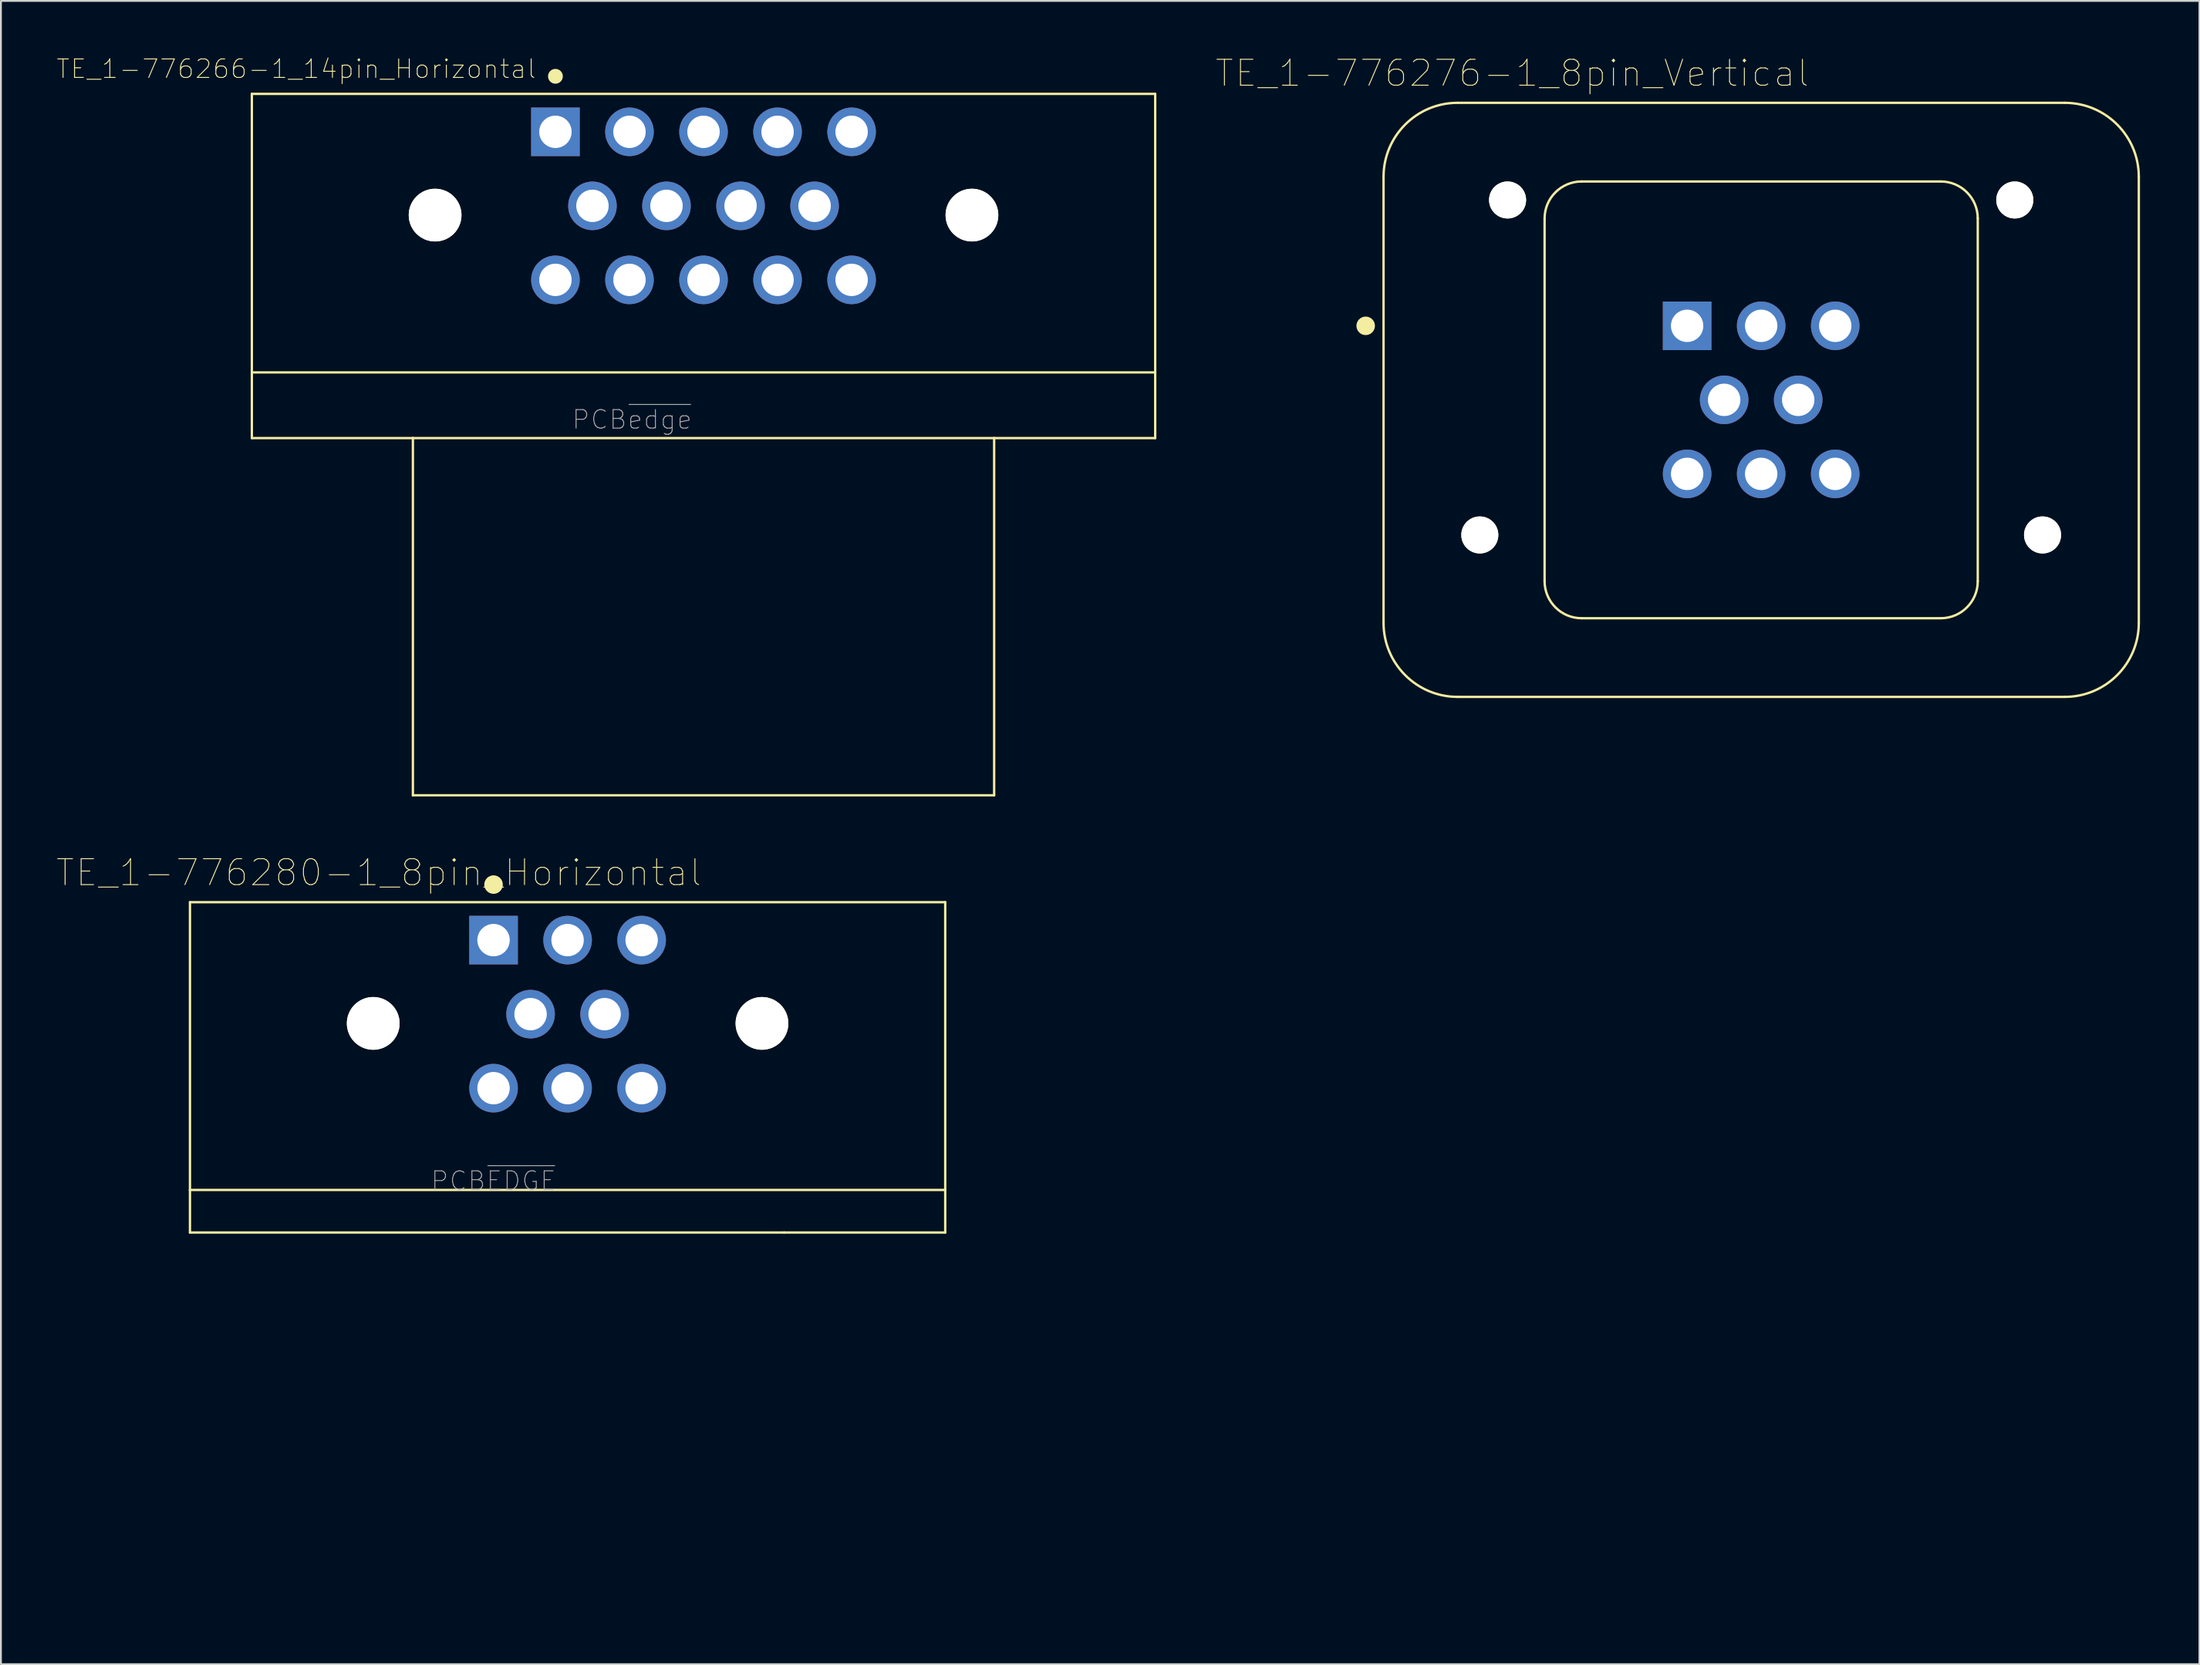
<source format=kicad_pcb>
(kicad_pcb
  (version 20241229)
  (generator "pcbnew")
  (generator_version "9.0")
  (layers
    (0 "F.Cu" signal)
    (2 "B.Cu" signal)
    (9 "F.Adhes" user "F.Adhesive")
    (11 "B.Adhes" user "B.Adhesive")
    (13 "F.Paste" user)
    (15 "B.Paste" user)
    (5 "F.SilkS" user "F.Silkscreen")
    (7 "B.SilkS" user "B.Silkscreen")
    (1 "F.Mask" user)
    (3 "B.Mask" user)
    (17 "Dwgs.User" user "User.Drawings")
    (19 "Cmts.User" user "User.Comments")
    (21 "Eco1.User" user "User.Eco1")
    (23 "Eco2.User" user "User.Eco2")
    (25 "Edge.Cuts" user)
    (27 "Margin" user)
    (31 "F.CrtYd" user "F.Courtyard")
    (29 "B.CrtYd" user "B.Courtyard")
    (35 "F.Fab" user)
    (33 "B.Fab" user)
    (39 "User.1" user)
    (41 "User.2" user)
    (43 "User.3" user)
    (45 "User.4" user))
  (footprint "TE_1-776276-1_8pin_Vertical"
    (layer "F.Cu")
    (at 92.091 18.556)
    (property "Reference" "TE_1-776276-1_8pin_Vertical" (at -13.451 -17.648 0) (layer "F.SilkS") (effects (font (size 1.401 1.401) (thickness 0.05))))
    (attr through_hole)
    (fp_line (start -20.4 -12.05) (end -20.4 12.05) (stroke (width 0.127) (type solid)) (layer "F.SilkS"))
    (fp_line (start -16.4 16.05) (end 16.4 16.05) (stroke (width 0.127) (type solid)) (layer "F.SilkS"))
    (fp_line (start -11.7 9.8) (end -11.7 -9.8) (stroke (width 0.127) (type solid)) (layer "F.SilkS"))
    (fp_line (start -9.7 -11.8) (end 9.7 -11.8) (stroke (width 0.127) (type solid)) (layer "F.SilkS"))
    (fp_line (start 9.7 11.8) (end -9.7 11.8) (stroke (width 0.127) (type solid)) (layer "F.SilkS"))
    (fp_line (start 11.7 -9.8) (end 11.7 9.8) (stroke (width 0.127) (type solid)) (layer "F.SilkS"))
    (fp_line (start 16.4 -16.05) (end -16.4 -16.05) (stroke (width 0.127) (type solid)) (layer "F.SilkS"))
    (fp_line (start 20.4 12.05) (end 20.4 -12.05) (stroke (width 0.127) (type solid)) (layer "F.SilkS"))
    (fp_arc (start -20.4 -12.05) (mid -19.228427 -14.878427) (end -16.4 -16.05) (stroke (width 0.127) (type solid)) (layer "F.SilkS"))
    (fp_arc (start -16.4 16.05) (mid -19.228427 14.878427) (end -20.4 12.05) (stroke (width 0.127) (type solid)) (layer "F.SilkS"))
    (fp_arc (start -11.7 -9.8) (mid -11.114214 -11.214214) (end -9.7 -11.8) (stroke (width 0.127) (type solid)) (layer "F.SilkS"))
    (fp_arc (start -9.7 11.8) (mid -11.114214 11.214214) (end -11.7 9.8) (stroke (width 0.127) (type solid)) (layer "F.SilkS"))
    (fp_arc (start 9.7 -11.8) (mid 11.114214 -11.214214) (end 11.7 -9.8) (stroke (width 0.127) (type solid)) (layer "F.SilkS"))
    (fp_arc (start 11.7 9.8) (mid 11.114214 11.214214) (end 9.7 11.8) (stroke (width 0.127) (type solid)) (layer "F.SilkS"))
    (fp_arc (start 16.4 -16.05) (mid 19.228427 -14.878427) (end 20.4 -12.05) (stroke (width 0.127) (type solid)) (layer "F.SilkS"))
    (fp_arc (start 20.4 12.05) (mid 19.228427 14.878427) (end 16.4 16.05) (stroke (width 0.127) (type solid)) (layer "F.SilkS"))
    (fp_circle (center -21.365 -4) (end -21.115 -4) (stroke (width 0.5) (type solid)) (fill no) (layer "F.SilkS"))
    (fp_line (start -20.65 -12.3) (end -20.65 12.3) (stroke (width 0.05) (type solid)) (layer "Eco1.User"))
    (fp_line (start -16.65 16.3) (end 16.65 16.3) (stroke (width 0.05) (type solid)) (layer "Eco1.User"))
    (fp_line (start 16.65 -16.3) (end -16.65 -16.3) (stroke (width 0.05) (type solid)) (layer "Eco1.User"))
    (fp_line (start 20.65 12.3) (end 20.65 -12.3) (stroke (width 0.05) (type solid)) (layer "Eco1.User"))
    (fp_arc (start -20.65 -12.3) (mid -19.478427 -15.128427) (end -16.65 -16.3) (stroke (width 0.05) (type solid)) (layer "Eco1.User"))
    (fp_arc (start -16.65 16.3) (mid -19.478427 15.128427) (end -20.65 12.3) (stroke (width 0.05) (type solid)) (layer "Eco1.User"))
    (fp_arc (start 16.65 -16.3) (mid 19.478427 -15.128427) (end 20.65 -12.3) (stroke (width 0.05) (type solid)) (layer "Eco1.User"))
    (fp_arc (start 20.65 12.3) (mid 19.478427 15.128427) (end 16.65 16.3) (stroke (width 0.05) (type solid)) (layer "Eco1.User"))
    (fp_line (start -20.4 -12.05) (end -20.4 12.05) (stroke (width 0.127) (type solid)) (layer "Eco2.User"))
    (fp_line (start -16.4 16.05) (end 16.4 16.05) (stroke (width 0.127) (type solid)) (layer "Eco2.User"))
    (fp_line (start -11.7 9.8) (end -11.7 -9.8) (stroke (width 0.127) (type solid)) (layer "Eco2.User"))
    (fp_line (start -9.7 -11.8) (end 9.7 -11.8) (stroke (width 0.127) (type solid)) (layer "Eco2.User"))
    (fp_line (start 9.7 11.8) (end -9.7 11.8) (stroke (width 0.127) (type solid)) (layer "Eco2.User"))
    (fp_line (start 11.7 -9.8) (end 11.7 9.8) (stroke (width 0.127) (type solid)) (layer "Eco2.User"))
    (fp_line (start 16.4 -16.05) (end -16.4 -16.05) (stroke (width 0.127) (type solid)) (layer "Eco2.User"))
    (fp_line (start 20.4 12.05) (end 20.4 -12.05) (stroke (width 0.127) (type solid)) (layer "Eco2.User"))
    (fp_arc (start -20.4 -12.05) (mid -19.228427 -14.878427) (end -16.4 -16.05) (stroke (width 0.127) (type solid)) (layer "Eco2.User"))
    (fp_arc (start -16.4 16.05) (mid -19.228427 14.878427) (end -20.4 12.05) (stroke (width 0.127) (type solid)) (layer "Eco2.User"))
    (fp_arc (start -11.7 -9.8) (mid -11.114214 -11.214214) (end -9.7 -11.8) (stroke (width 0.127) (type solid)) (layer "Eco2.User"))
    (fp_arc (start -9.7 11.8) (mid -11.114214 11.214214) (end -11.7 9.8) (stroke (width 0.127) (type solid)) (layer "Eco2.User"))
    (fp_arc (start 9.7 -11.8) (mid 11.114214 -11.214214) (end 11.7 -9.8) (stroke (width 0.127) (type solid)) (layer "Eco2.User"))
    (fp_arc (start 11.7 9.8) (mid 11.114214 11.214214) (end 9.7 11.8) (stroke (width 0.127) (type solid)) (layer "Eco2.User"))
    (fp_arc (start 16.4 -16.05) (mid 19.228427 -14.878427) (end 20.4 -12.05) (stroke (width 0.127) (type solid)) (layer "Eco2.User"))
    (fp_arc (start 20.4 12.05) (mid 19.228427 14.878427) (end 16.4 16.05) (stroke (width 0.127) (type solid)) (layer "Eco2.User"))
    (pad "" np_thru_hole circle (at -15.2 7.3) (size 2 2) (drill 2) (layers "*.Cu" "*.Mask" "F.SilkS"))
    (pad "" np_thru_hole circle (at -13.7 -10.8) (size 2 2) (drill 2) (layers "*.Cu" "*.Mask" "F.SilkS"))
    (pad "" np_thru_hole circle (at 13.7 -10.8) (size 2 2) (drill 2) (layers "*.Cu" "*.Mask" "F.SilkS"))
    (pad "" np_thru_hole circle (at 15.2 7.3) (size 2 2) (drill 2) (layers "*.Cu" "*.Mask" "F.SilkS"))
    (pad "1" thru_hole rect (at -4 -4) (size 2.625 2.625) (drill 1.75) (layers "*.Cu" "*.Mask"))
    (pad "2" thru_hole circle (at 0 -4) (size 2.625 2.625) (drill 1.75) (layers "*.Cu" "*.Mask"))
    (pad "3" thru_hole circle (at 4 -4) (size 2.625 2.625) (drill 1.75) (layers "*.Cu" "*.Mask"))
    (pad "4" thru_hole circle (at -2 0) (size 2.625 2.625) (drill 1.75) (layers "*.Cu" "*.Mask"))
    (pad "5" thru_hole circle (at 2 0) (size 2.625 2.625) (drill 1.75) (layers "*.Cu" "*.Mask"))
    (pad "6" thru_hole circle (at -4 4) (size 2.625 2.625) (drill 1.75) (layers "*.Cu" "*.Mask"))
    (pad "7" thru_hole circle (at 0 4) (size 2.625 2.625) (drill 1.75) (layers "*.Cu" "*.Mask"))
    (pad "8" thru_hole circle (at 4 4) (size 2.625 2.625) (drill 1.75) (layers "*.Cu" "*.Mask")))
  (footprint "TE_1-776266-1_14pin_Horizontal"
    (layer "F.Cu")
    (at 34.955 8.073)
    (property "Reference" "TE_1-776266-1_14pin_Horizontal" (at -22.003 -7.399 0) (layer "F.SilkS") (effects (font (size 1.002 1.002) (thickness 0.05))))
    (attr through_hole)
    (fp_line (start -24.4 -6.05) (end -24.4 9) (stroke (width 0.127) (type solid)) (layer "F.SilkS"))
    (fp_line (start -24.4 -6.05) (end 24.4 -6.05) (stroke (width 0.127) (type solid)) (layer "F.SilkS"))
    (fp_line (start -24.4 9) (end 24.4 9) (stroke (width 0.127) (type solid)) (layer "F.SilkS"))
    (fp_line (start -24.4 12.55) (end -24.4 9) (stroke (width 0.127) (type solid)) (layer "F.SilkS"))
    (fp_line (start -24.4 12.55) (end -15.7 12.55) (stroke (width 0.127) (type solid)) (layer "F.SilkS"))
    (fp_line (start -15.7 12.55) (end -15.7 31.85) (stroke (width 0.127) (type solid)) (layer "F.SilkS"))
    (fp_line (start -15.7 12.55) (end 15.7 12.55) (stroke (width 0.127) (type solid)) (layer "F.SilkS"))
    (fp_line (start -15.7 31.85) (end 15.7 31.85) (stroke (width 0.127) (type solid)) (layer "F.SilkS"))
    (fp_line (start 15.7 12.55) (end 24.4 12.55) (stroke (width 0.127) (type solid)) (layer "F.SilkS"))
    (fp_line (start 15.7 31.85) (end 15.7 12.55) (stroke (width 0.127) (type solid)) (layer "F.SilkS"))
    (fp_line (start 24.4 9) (end 24.4 -6.05) (stroke (width 0.127) (type solid)) (layer "F.SilkS"))
    (fp_line (start 24.4 9) (end 24.4 12.55) (stroke (width 0.127) (type solid)) (layer "F.SilkS"))
    (fp_circle (center -8 -7) (end -7.8 -7) (stroke (width 0.4) (type solid)) (fill no) (layer "F.SilkS"))
    (fp_line (start -24.65 -6.3) (end 24.65 -6.3) (stroke (width 0.05) (type solid)) (layer "Eco1.User"))
    (fp_line (start -24.65 12.8) (end -24.65 -6.3) (stroke (width 0.05) (type solid)) (layer "Eco1.User"))
    (fp_line (start -15.95 12.8) (end -24.65 12.8) (stroke (width 0.05) (type solid)) (layer "Eco1.User"))
    (fp_line (start -15.95 32.1) (end -15.95 12.8) (stroke (width 0.05) (type solid)) (layer "Eco1.User"))
    (fp_line (start 15.95 12.8) (end 15.95 32.1) (stroke (width 0.05) (type solid)) (layer "Eco1.User"))
    (fp_line (start 15.95 32.1) (end -15.95 32.1) (stroke (width 0.05) (type solid)) (layer "Eco1.User"))
    (fp_line (start 24.65 -6.3) (end 24.65 12.8) (stroke (width 0.05) (type solid)) (layer "Eco1.User"))
    (fp_line (start 24.65 12.8) (end 15.95 12.8) (stroke (width 0.05) (type solid)) (layer "Eco1.User"))
    (fp_line (start -24.4 -6.05) (end -24.4 9) (stroke (width 0.127) (type solid)) (layer "Eco2.User"))
    (fp_line (start -24.4 9) (end 24.4 9) (stroke (width 0.127) (type solid)) (layer "Eco2.User"))
    (fp_line (start -24.4 12.55) (end -24.4 9) (stroke (width 0.127) (type solid)) (layer "Eco2.User"))
    (fp_line (start -24.4 12.55) (end -15.7 12.55) (stroke (width 0.127) (type solid)) (layer "Eco2.User"))
    (fp_line (start -15.7 12.55) (end -15.7 31.85) (stroke (width 0.127) (type solid)) (layer "Eco2.User"))
    (fp_line (start -15.7 12.55) (end 15.7 12.55) (stroke (width 0.127) (type solid)) (layer "Eco2.User"))
    (fp_line (start -15.7 31.85) (end 15.7 31.85) (stroke (width 0.127) (type solid)) (layer "Eco2.User"))
    (fp_line (start 15.7 12.55) (end 24.4 12.55) (stroke (width 0.127) (type solid)) (layer "Eco2.User"))
    (fp_line (start 15.7 31.85) (end 15.7 12.55) (stroke (width 0.127) (type solid)) (layer "Eco2.User"))
    (fp_line (start 24.4 -6.05) (end -24.4 -6.05) (stroke (width 0.127) (type solid)) (layer "Eco2.User"))
    (fp_line (start 24.4 9) (end 24.4 -6.05) (stroke (width 0.127) (type solid)) (layer "Eco2.User"))
    (fp_line (start 24.4 9) (end 24.4 12.55) (stroke (width 0.127) (type solid)) (layer "Eco2.User"))
    (fp_circle (center -8 -4) (end -7.8 -4) (stroke (width 0.4) (type solid)) (fill no) (layer "Eco2.User"))
    (fp_text user "PCB~{edge}" (at -3.861 11.549 0) (layer "F.Fab") (effects (font (size 1 1) (thickness 0.05))))
    (pad "" np_thru_hole circle (at -14.5 0.5) (size 2.85 2.85) (drill 2.85) (layers "*.Cu" "*.Mask" "F.SilkS"))
    (pad "" np_thru_hole circle (at 14.5 0.5) (size 2.85 2.85) (drill 2.85) (layers "*.Cu" "*.Mask" "F.SilkS"))
    (pad "1" thru_hole rect (at -8 -4) (size 2.625 2.625) (drill 1.75) (layers "*.Cu" "*.Mask"))
    (pad "2" thru_hole circle (at -4 -4) (size 2.625 2.625) (drill 1.75) (layers "*.Cu" "*.Mask"))
    (pad "3" thru_hole circle (at 0 -4) (size 2.625 2.625) (drill 1.75) (layers "*.Cu" "*.Mask"))
    (pad "4" thru_hole circle (at 4 -4) (size 2.625 2.625) (drill 1.75) (layers "*.Cu" "*.Mask"))
    (pad "5" thru_hole circle (at 8 -4) (size 2.625 2.625) (drill 1.75) (layers "*.Cu" "*.Mask"))
    (pad "6" thru_hole circle (at -6 0) (size 2.625 2.625) (drill 1.75) (layers "*.Cu" "*.Mask"))
    (pad "7" thru_hole circle (at -2 0) (size 2.625 2.625) (drill 1.75) (layers "*.Cu" "*.Mask"))
    (pad "8" thru_hole circle (at 2 0) (size 2.625 2.625) (drill 1.75) (layers "*.Cu" "*.Mask"))
    (pad "9" thru_hole circle (at 6 0) (size 2.625 2.625) (drill 1.75) (layers "*.Cu" "*.Mask"))
    (pad "10" thru_hole circle (at -8 4) (size 2.625 2.625) (drill 1.75) (layers "*.Cu" "*.Mask"))
    (pad "11" thru_hole circle (at -4 4) (size 2.625 2.625) (drill 1.75) (layers "*.Cu" "*.Mask"))
    (pad "12" thru_hole circle (at 0 4) (size 2.625 2.625) (drill 1.75) (layers "*.Cu" "*.Mask"))
    (pad "13" thru_hole circle (at 4 4) (size 2.625 2.625) (drill 1.75) (layers "*.Cu" "*.Mask"))
    (pad "14" thru_hole circle (at 8 4) (size 2.625 2.625) (drill 1.75) (layers "*.Cu" "*.Mask")))
  (footprint "TE_1-776280-1_8pin_Horizontal"
    (layer "F.Cu")
    (at 27.612 52.249)
    (property "Reference" "TE_1-776280-1_8pin_Horizontal" (at -10.2 -8.144 0) (layer "F.SilkS") (effects (font (size 1.401 1.401) (thickness 0.05))))
    (attr through_hole)
    (fp_line (start -20.4 -6.55) (end 20.4 -6.55) (stroke (width 0.127) (type solid)) (layer "F.SilkS"))
    (fp_line (start -20.4 9) (end -20.4 -6.55) (stroke (width 0.127) (type solid)) (layer "F.SilkS"))
    (fp_line (start -20.4 11.3) (end -20.4 9) (stroke (width 0.127) (type solid)) (layer "F.SilkS"))
    (fp_line (start 11.7 11.3) (end -20.4 11.3) (stroke (width 0.127) (type solid)) (layer "F.SilkS"))
    (fp_line (start 20.4 -6.55) (end 20.4 9) (stroke (width 0.127) (type solid)) (layer "F.SilkS"))
    (fp_line (start 20.4 9) (end -20.4 9) (stroke (width 0.127) (type solid)) (layer "F.SilkS"))
    (fp_line (start 20.4 9) (end 20.4 11.3) (stroke (width 0.127) (type solid)) (layer "F.SilkS"))
    (fp_line (start 20.4 11.3) (end 11.7 11.3) (stroke (width 0.127) (type solid)) (layer "F.SilkS"))
    (fp_circle (center -4 -7.5) (end -3.75 -7.5) (stroke (width 0.5) (type solid)) (fill no) (layer "F.SilkS"))
    (fp_line (start -20.75 -6.8) (end -20.75 11.55) (stroke (width 0.05) (type solid)) (layer "Eco1.User"))
    (fp_line (start -20.75 11.55) (end -11.95 11.55) (stroke (width 0.05) (type solid)) (layer "Eco1.User"))
    (fp_line (start -11.95 11.55) (end -11.95 31.6) (stroke (width 0.05) (type solid)) (layer "Eco1.User"))
    (fp_line (start -11.95 31.6) (end 11.95 31.6) (stroke (width 0.05) (type solid)) (layer "Eco1.User"))
    (fp_line (start 11.95 11.55) (end 20.75 11.55) (stroke (width 0.05) (type solid)) (layer "Eco1.User"))
    (fp_line (start 11.95 31.6) (end 11.95 11.55) (stroke (width 0.05) (type solid)) (layer "Eco1.User"))
    (fp_line (start 20.75 -6.8) (end -20.75 -6.8) (stroke (width 0.05) (type solid)) (layer "Eco1.User"))
    (fp_line (start 20.75 11.55) (end 20.75 -6.8) (stroke (width 0.05) (type solid)) (layer "Eco1.User"))
    (fp_line (start -20.4 -6.55) (end 20.4 -6.55) (stroke (width 0.127) (type solid)) (layer "Eco2.User"))
    (fp_line (start -20.4 9) (end -20.4 -6.55) (stroke (width 0.127) (type solid)) (layer "Eco2.User"))
    (fp_line (start -20.4 11.3) (end -20.4 9) (stroke (width 0.127) (type solid)) (layer "Eco2.User"))
    (fp_line (start -11.7 11.3) (end -20.4 11.3) (stroke (width 0.127) (type solid)) (layer "Eco2.User"))
    (fp_line (start -11.7 11.3) (end -11.7 31.35) (stroke (width 0.127) (type solid)) (layer "Eco2.User"))
    (fp_line (start -11.7 31.35) (end 11.7 31.35) (stroke (width 0.127) (type solid)) (layer "Eco2.User"))
    (fp_line (start 11.7 11.3) (end -11.7 11.3) (stroke (width 0.127) (type solid)) (layer "Eco2.User"))
    (fp_line (start 11.7 31.35) (end 11.7 11.3) (stroke (width 0.127) (type solid)) (layer "Eco2.User"))
    (fp_line (start 20.4 -6.55) (end 20.4 9) (stroke (width 0.127) (type solid)) (layer "Eco2.User"))
    (fp_line (start 20.4 9) (end -20.4 9) (stroke (width 0.127) (type solid)) (layer "Eco2.User"))
    (fp_line (start 20.4 9) (end 20.4 11.3) (stroke (width 0.127) (type solid)) (layer "Eco2.User"))
    (fp_line (start 20.4 11.3) (end 11.7 11.3) (stroke (width 0.127) (type solid)) (layer "Eco2.User"))
    (fp_text user "PCB~{EDGE}" (at -4.005 8.51 0) (layer "Edge.Cuts") (effects (font (size 1 1) (thickness 0.05))))
    (fp_text user "PCB~{EDGE}" (at -4.003 8.507 0) (layer "F.Fab") (effects (font (size 1 1) (thickness 0.05))))
    (pad "" np_thru_hole circle (at -10.5 0) (size 2.85 2.85) (drill 2.85) (layers "*.Cu" "*.Mask" "F.SilkS"))
    (pad "" np_thru_hole circle (at 10.5 0) (size 2.85 2.85) (drill 2.85) (layers "*.Cu" "*.Mask" "F.SilkS"))
    (pad "1" thru_hole rect (at -4 -4.5) (size 2.625 2.625) (drill 1.75) (layers "*.Cu" "*.Mask"))
    (pad "2" thru_hole circle (at 0 -4.5) (size 2.625 2.625) (drill 1.75) (layers "*.Cu" "*.Mask"))
    (pad "3" thru_hole circle (at 4 -4.5) (size 2.625 2.625) (drill 1.75) (layers "*.Cu" "*.Mask"))
    (pad "4" thru_hole circle (at -2 -0.5) (size 2.625 2.625) (drill 1.75) (layers "*.Cu" "*.Mask"))
    (pad "5" thru_hole circle (at 2 -0.5) (size 2.625 2.625) (drill 1.75) (layers "*.Cu" "*.Mask"))
    (pad "6" thru_hole circle (at -4 3.5) (size 2.625 2.625) (drill 1.75) (layers "*.Cu" "*.Mask"))
    (pad "7" thru_hole circle (at 0 3.5) (size 2.625 2.625) (drill 1.75) (layers "*.Cu" "*.Mask"))
    (pad "8" thru_hole circle (at 4 3.5) (size 2.625 2.625) (drill 1.75) (layers "*.Cu" "*.Mask")))
  (gr_rect
    (start -3 -3)
    (end 115.766 86.874)
    (stroke (width 0.1) (type default))
    (fill no)
    (layer "Edge.Cuts")))
</source>
